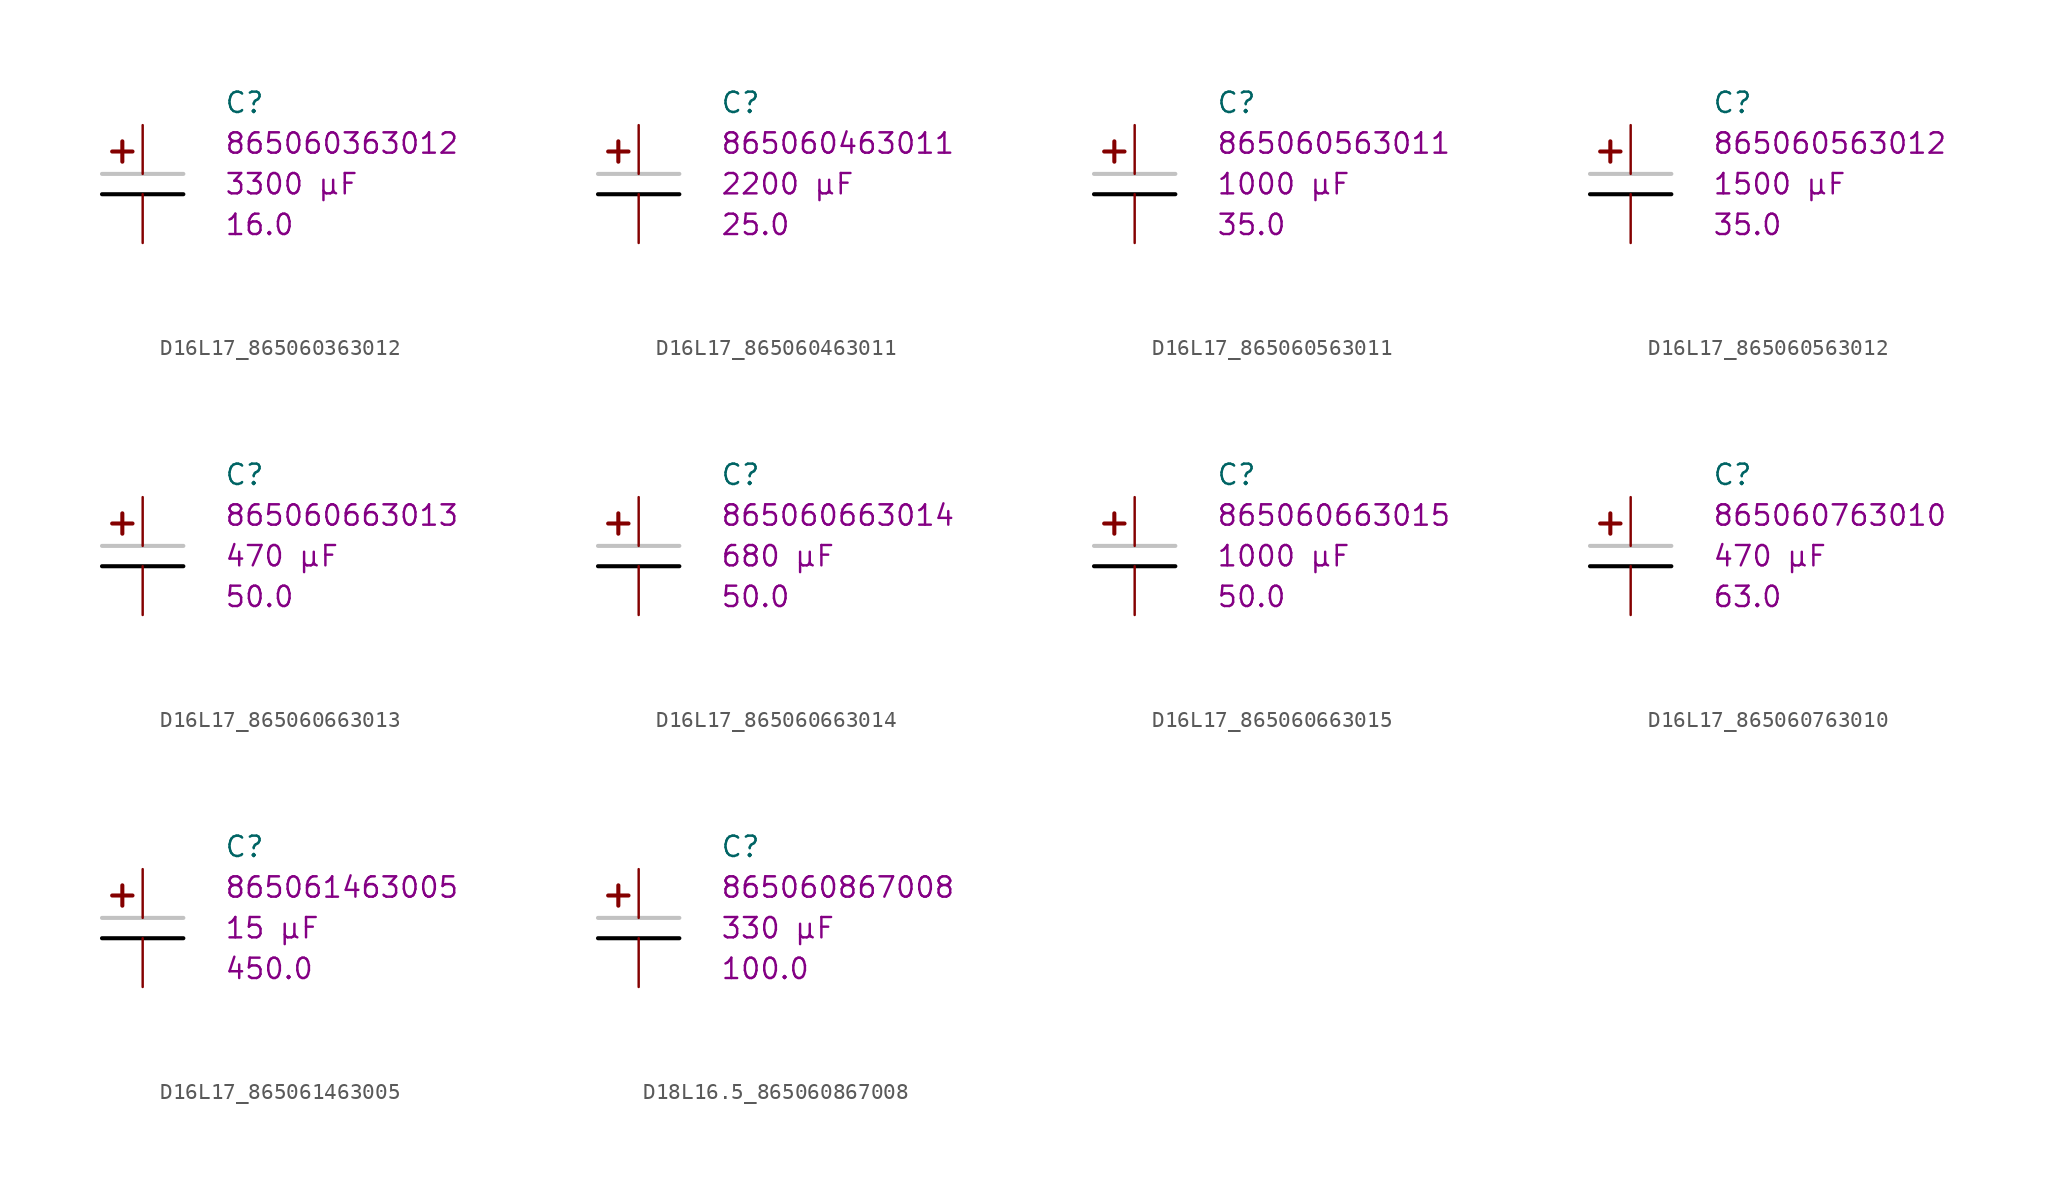
<source format=kicad_sym>
(kicad_symbol_lib
  (version 20220914)
  (generator kicad_symbol_editor)
  (symbol "D16L17_865060363012"
    (pin_numbers hide)
    (pin_names hide)
    (property "Reference" "C"
      (at 5.08 5.08 0)
      (effects (font (size 1.27 1.27)) (justify left)))
    (property "Part Number" "865060363012"
      (at 5.08 2.54 0)
      (effects (font (size 1.27 1.27)) (justify left)))
    (property "Capacitance" "3300 µF"
      (at 5.08 0 0)
      (effects (font (size 1.27 1.27)) (justify left)))
    (property "Voltage" "16.0"
      (at 5.08 -2.54 0)
      (effects (font (size 1.27 1.27)) (justify left)))
    (property "Critical Parameter" ""
      (at 0 -7.62 0)
      (effects (font (size 1.27 1.27))))
    (symbol "D16L17_865060363012_1_1"
      (polyline (pts (xy -1.27 2.667) (xy -1.27 1.397)) (stroke (width 0.254) (type default)) (fill (type none)))
      (polyline (pts (xy -0.635 2.032) (xy -1.905 2.032)) (stroke (width 0.254) (type default)) (fill (type none)))
      (polyline (pts (xy 2.54 -0.635) (xy -2.54 -0.635)) (stroke (width 0.254) (type default) (color 0 0 0 1)) (fill (type none)))
      (polyline (pts (xy 2.54 0.635) (xy -2.54 0.635)) (stroke (width 0.254) (type default) (color 194 194 194 1)) (fill (type none)))
      (pin passive line (at 0 3.679 270) (length 3.044) (name "1" (effects (font (size 1.27 1.27)))) (number "1" (effects (font (size 1.27 1.27)))))
      (pin passive line (at 0 -3.679 90) (length 3.044) (name "2" (effects (font (size 1.27 1.27)))) (number "2" (effects (font (size 1.27 1.27)))))))
  (symbol "D16L17_865060463011"
    (pin_numbers hide)
    (pin_names hide)
    (property "Reference" "C"
      (at 5.08 5.08 0)
      (effects (font (size 1.27 1.27)) (justify left)))
    (property "Part Number" "865060463011"
      (at 5.08 2.54 0)
      (effects (font (size 1.27 1.27)) (justify left)))
    (property "Capacitance" "2200 µF"
      (at 5.08 0 0)
      (effects (font (size 1.27 1.27)) (justify left)))
    (property "Voltage" "25.0"
      (at 5.08 -2.54 0)
      (effects (font (size 1.27 1.27)) (justify left)))
    (property "Critical Parameter" ""
      (at 0 -7.62 0)
      (effects (font (size 1.27 1.27))))
    (symbol "D16L17_865060463011_1_1"
      (polyline (pts (xy -1.27 2.667) (xy -1.27 1.397)) (stroke (width 0.254) (type default)) (fill (type none)))
      (polyline (pts (xy -0.635 2.032) (xy -1.905 2.032)) (stroke (width 0.254) (type default)) (fill (type none)))
      (polyline (pts (xy 2.54 -0.635) (xy -2.54 -0.635)) (stroke (width 0.254) (type default) (color 0 0 0 1)) (fill (type none)))
      (polyline (pts (xy 2.54 0.635) (xy -2.54 0.635)) (stroke (width 0.254) (type default) (color 194 194 194 1)) (fill (type none)))
      (pin passive line (at 0 3.679 270) (length 3.044) (name "1" (effects (font (size 1.27 1.27)))) (number "1" (effects (font (size 1.27 1.27)))))
      (pin passive line (at 0 -3.679 90) (length 3.044) (name "2" (effects (font (size 1.27 1.27)))) (number "2" (effects (font (size 1.27 1.27)))))))
  (symbol "D16L17_865060563011"
    (pin_numbers hide)
    (pin_names hide)
    (property "Reference" "C"
      (at 5.08 5.08 0)
      (effects (font (size 1.27 1.27)) (justify left)))
    (property "Part Number" "865060563011"
      (at 5.08 2.54 0)
      (effects (font (size 1.27 1.27)) (justify left)))
    (property "Capacitance" "1000 µF"
      (at 5.08 0 0)
      (effects (font (size 1.27 1.27)) (justify left)))
    (property "Voltage" "35.0"
      (at 5.08 -2.54 0)
      (effects (font (size 1.27 1.27)) (justify left)))
    (property "Critical Parameter" ""
      (at 0 -7.62 0)
      (effects (font (size 1.27 1.27))))
    (symbol "D16L17_865060563011_1_1"
      (polyline (pts (xy -1.27 2.667) (xy -1.27 1.397)) (stroke (width 0.254) (type default)) (fill (type none)))
      (polyline (pts (xy -0.635 2.032) (xy -1.905 2.032)) (stroke (width 0.254) (type default)) (fill (type none)))
      (polyline (pts (xy 2.54 -0.635) (xy -2.54 -0.635)) (stroke (width 0.254) (type default) (color 0 0 0 1)) (fill (type none)))
      (polyline (pts (xy 2.54 0.635) (xy -2.54 0.635)) (stroke (width 0.254) (type default) (color 194 194 194 1)) (fill (type none)))
      (pin passive line (at 0 3.679 270) (length 3.044) (name "1" (effects (font (size 1.27 1.27)))) (number "1" (effects (font (size 1.27 1.27)))))
      (pin passive line (at 0 -3.679 90) (length 3.044) (name "2" (effects (font (size 1.27 1.27)))) (number "2" (effects (font (size 1.27 1.27)))))))
  (symbol "D16L17_865060563012"
    (pin_numbers hide)
    (pin_names hide)
    (property "Reference" "C"
      (at 5.08 5.08 0)
      (effects (font (size 1.27 1.27)) (justify left)))
    (property "Part Number" "865060563012"
      (at 5.08 2.54 0)
      (effects (font (size 1.27 1.27)) (justify left)))
    (property "Capacitance" "1500 µF"
      (at 5.08 0 0)
      (effects (font (size 1.27 1.27)) (justify left)))
    (property "Voltage" "35.0"
      (at 5.08 -2.54 0)
      (effects (font (size 1.27 1.27)) (justify left)))
    (property "Critical Parameter" ""
      (at 0 -7.62 0)
      (effects (font (size 1.27 1.27))))
    (symbol "D16L17_865060563012_1_1"
      (polyline (pts (xy -1.27 2.667) (xy -1.27 1.397)) (stroke (width 0.254) (type default)) (fill (type none)))
      (polyline (pts (xy -0.635 2.032) (xy -1.905 2.032)) (stroke (width 0.254) (type default)) (fill (type none)))
      (polyline (pts (xy 2.54 -0.635) (xy -2.54 -0.635)) (stroke (width 0.254) (type default) (color 0 0 0 1)) (fill (type none)))
      (polyline (pts (xy 2.54 0.635) (xy -2.54 0.635)) (stroke (width 0.254) (type default) (color 194 194 194 1)) (fill (type none)))
      (pin passive line (at 0 3.679 270) (length 3.044) (name "1" (effects (font (size 1.27 1.27)))) (number "1" (effects (font (size 1.27 1.27)))))
      (pin passive line (at 0 -3.679 90) (length 3.044) (name "2" (effects (font (size 1.27 1.27)))) (number "2" (effects (font (size 1.27 1.27)))))))
  (symbol "D16L17_865060663013"
    (pin_numbers hide)
    (pin_names hide)
    (property "Reference" "C"
      (at 5.08 5.08 0)
      (effects (font (size 1.27 1.27)) (justify left)))
    (property "Part Number" "865060663013"
      (at 5.08 2.54 0)
      (effects (font (size 1.27 1.27)) (justify left)))
    (property "Capacitance" "470 µF"
      (at 5.08 0 0)
      (effects (font (size 1.27 1.27)) (justify left)))
    (property "Voltage" "50.0"
      (at 5.08 -2.54 0)
      (effects (font (size 1.27 1.27)) (justify left)))
    (property "Critical Parameter" ""
      (at 0 -7.62 0)
      (effects (font (size 1.27 1.27))))
    (symbol "D16L17_865060663013_1_1"
      (polyline (pts (xy -1.27 2.667) (xy -1.27 1.397)) (stroke (width 0.254) (type default)) (fill (type none)))
      (polyline (pts (xy -0.635 2.032) (xy -1.905 2.032)) (stroke (width 0.254) (type default)) (fill (type none)))
      (polyline (pts (xy 2.54 -0.635) (xy -2.54 -0.635)) (stroke (width 0.254) (type default) (color 0 0 0 1)) (fill (type none)))
      (polyline (pts (xy 2.54 0.635) (xy -2.54 0.635)) (stroke (width 0.254) (type default) (color 194 194 194 1)) (fill (type none)))
      (pin passive line (at 0 3.679 270) (length 3.044) (name "1" (effects (font (size 1.27 1.27)))) (number "1" (effects (font (size 1.27 1.27)))))
      (pin passive line (at 0 -3.679 90) (length 3.044) (name "2" (effects (font (size 1.27 1.27)))) (number "2" (effects (font (size 1.27 1.27)))))))
  (symbol "D16L17_865060663014"
    (pin_numbers hide)
    (pin_names hide)
    (property "Reference" "C"
      (at 5.08 5.08 0)
      (effects (font (size 1.27 1.27)) (justify left)))
    (property "Part Number" "865060663014"
      (at 5.08 2.54 0)
      (effects (font (size 1.27 1.27)) (justify left)))
    (property "Capacitance" "680 µF"
      (at 5.08 0 0)
      (effects (font (size 1.27 1.27)) (justify left)))
    (property "Voltage" "50.0"
      (at 5.08 -2.54 0)
      (effects (font (size 1.27 1.27)) (justify left)))
    (property "Critical Parameter" ""
      (at 0 -7.62 0)
      (effects (font (size 1.27 1.27))))
    (symbol "D16L17_865060663014_1_1"
      (polyline (pts (xy -1.27 2.667) (xy -1.27 1.397)) (stroke (width 0.254) (type default)) (fill (type none)))
      (polyline (pts (xy -0.635 2.032) (xy -1.905 2.032)) (stroke (width 0.254) (type default)) (fill (type none)))
      (polyline (pts (xy 2.54 -0.635) (xy -2.54 -0.635)) (stroke (width 0.254) (type default) (color 0 0 0 1)) (fill (type none)))
      (polyline (pts (xy 2.54 0.635) (xy -2.54 0.635)) (stroke (width 0.254) (type default) (color 194 194 194 1)) (fill (type none)))
      (pin passive line (at 0 3.679 270) (length 3.044) (name "1" (effects (font (size 1.27 1.27)))) (number "1" (effects (font (size 1.27 1.27)))))
      (pin passive line (at 0 -3.679 90) (length 3.044) (name "2" (effects (font (size 1.27 1.27)))) (number "2" (effects (font (size 1.27 1.27)))))))
  (symbol "D16L17_865060663015"
    (pin_numbers hide)
    (pin_names hide)
    (property "Reference" "C"
      (at 5.08 5.08 0)
      (effects (font (size 1.27 1.27)) (justify left)))
    (property "Part Number" "865060663015"
      (at 5.08 2.54 0)
      (effects (font (size 1.27 1.27)) (justify left)))
    (property "Capacitance" "1000 µF"
      (at 5.08 0 0)
      (effects (font (size 1.27 1.27)) (justify left)))
    (property "Voltage" "50.0"
      (at 5.08 -2.54 0)
      (effects (font (size 1.27 1.27)) (justify left)))
    (property "Critical Parameter" ""
      (at 0 -7.62 0)
      (effects (font (size 1.27 1.27))))
    (symbol "D16L17_865060663015_1_1"
      (polyline (pts (xy -1.27 2.667) (xy -1.27 1.397)) (stroke (width 0.254) (type default)) (fill (type none)))
      (polyline (pts (xy -0.635 2.032) (xy -1.905 2.032)) (stroke (width 0.254) (type default)) (fill (type none)))
      (polyline (pts (xy 2.54 -0.635) (xy -2.54 -0.635)) (stroke (width 0.254) (type default) (color 0 0 0 1)) (fill (type none)))
      (polyline (pts (xy 2.54 0.635) (xy -2.54 0.635)) (stroke (width 0.254) (type default) (color 194 194 194 1)) (fill (type none)))
      (pin passive line (at 0 3.679 270) (length 3.044) (name "1" (effects (font (size 1.27 1.27)))) (number "1" (effects (font (size 1.27 1.27)))))
      (pin passive line (at 0 -3.679 90) (length 3.044) (name "2" (effects (font (size 1.27 1.27)))) (number "2" (effects (font (size 1.27 1.27)))))))
  (symbol "D16L17_865060763010"
    (pin_numbers hide)
    (pin_names hide)
    (property "Reference" "C"
      (at 5.08 5.08 0)
      (effects (font (size 1.27 1.27)) (justify left)))
    (property "Part Number" "865060763010"
      (at 5.08 2.54 0)
      (effects (font (size 1.27 1.27)) (justify left)))
    (property "Capacitance" "470 µF"
      (at 5.08 0 0)
      (effects (font (size 1.27 1.27)) (justify left)))
    (property "Voltage" "63.0"
      (at 5.08 -2.54 0)
      (effects (font (size 1.27 1.27)) (justify left)))
    (property "Critical Parameter" ""
      (at 0 -7.62 0)
      (effects (font (size 1.27 1.27))))
    (symbol "D16L17_865060763010_1_1"
      (polyline (pts (xy -1.27 2.667) (xy -1.27 1.397)) (stroke (width 0.254) (type default)) (fill (type none)))
      (polyline (pts (xy -0.635 2.032) (xy -1.905 2.032)) (stroke (width 0.254) (type default)) (fill (type none)))
      (polyline (pts (xy 2.54 -0.635) (xy -2.54 -0.635)) (stroke (width 0.254) (type default) (color 0 0 0 1)) (fill (type none)))
      (polyline (pts (xy 2.54 0.635) (xy -2.54 0.635)) (stroke (width 0.254) (type default) (color 194 194 194 1)) (fill (type none)))
      (pin passive line (at 0 3.679 270) (length 3.044) (name "1" (effects (font (size 1.27 1.27)))) (number "1" (effects (font (size 1.27 1.27)))))
      (pin passive line (at 0 -3.679 90) (length 3.044) (name "2" (effects (font (size 1.27 1.27)))) (number "2" (effects (font (size 1.27 1.27)))))))
  (symbol "D16L17_865061463005"
    (pin_numbers hide)
    (pin_names hide)
    (property "Reference" "C"
      (at 5.08 5.08 0)
      (effects (font (size 1.27 1.27)) (justify left)))
    (property "Part Number" "865061463005"
      (at 5.08 2.54 0)
      (effects (font (size 1.27 1.27)) (justify left)))
    (property "Capacitance" "15 µF"
      (at 5.08 0 0)
      (effects (font (size 1.27 1.27)) (justify left)))
    (property "Voltage" "450.0"
      (at 5.08 -2.54 0)
      (effects (font (size 1.27 1.27)) (justify left)))
    (property "Critical Parameter" ""
      (at 0 -7.62 0)
      (effects (font (size 1.27 1.27))))
    (symbol "D16L17_865061463005_1_1"
      (polyline (pts (xy -1.27 2.667) (xy -1.27 1.397)) (stroke (width 0.254) (type default)) (fill (type none)))
      (polyline (pts (xy -0.635 2.032) (xy -1.905 2.032)) (stroke (width 0.254) (type default)) (fill (type none)))
      (polyline (pts (xy 2.54 -0.635) (xy -2.54 -0.635)) (stroke (width 0.254) (type default) (color 0 0 0 1)) (fill (type none)))
      (polyline (pts (xy 2.54 0.635) (xy -2.54 0.635)) (stroke (width 0.254) (type default) (color 194 194 194 1)) (fill (type none)))
      (pin passive line (at 0 3.679 270) (length 3.044) (name "1" (effects (font (size 1.27 1.27)))) (number "1" (effects (font (size 1.27 1.27)))))
      (pin passive line (at 0 -3.679 90) (length 3.044) (name "2" (effects (font (size 1.27 1.27)))) (number "2" (effects (font (size 1.27 1.27)))))))
  (symbol "D18L16.5_865060867008"
    (pin_numbers hide)
    (pin_names hide)
    (property "Reference" "C"
      (at 5.08 5.08 0)
      (effects (font (size 1.27 1.27)) (justify left)))
    (property "Part Number" "865060867008"
      (at 5.08 2.54 0)
      (effects (font (size 1.27 1.27)) (justify left)))
    (property "Capacitance" "330 µF"
      (at 5.08 0 0)
      (effects (font (size 1.27 1.27)) (justify left)))
    (property "Voltage" "100.0"
      (at 5.08 -2.54 0)
      (effects (font (size 1.27 1.27)) (justify left)))
    (property "Critical Parameter" ""
      (at 0 -7.62 0)
      (effects (font (size 1.27 1.27))))
    (symbol "D18L16.5_865060867008_1_1"
      (polyline (pts (xy -1.27 2.667) (xy -1.27 1.397)) (stroke (width 0.254) (type default)) (fill (type none)))
      (polyline (pts (xy -0.635 2.032) (xy -1.905 2.032)) (stroke (width 0.254) (type default)) (fill (type none)))
      (polyline (pts (xy 2.54 -0.635) (xy -2.54 -0.635)) (stroke (width 0.254) (type default) (color 0 0 0 1)) (fill (type none)))
      (polyline (pts (xy 2.54 0.635) (xy -2.54 0.635)) (stroke (width 0.254) (type default) (color 194 194 194 1)) (fill (type none)))
      (pin passive line (at 0 3.679 270) (length 3.044) (name "1" (effects (font (size 1.27 1.27)))) (number "1" (effects (font (size 1.27 1.27)))))
      (pin passive line (at 0 -3.679 90) (length 3.044) (name "2" (effects (font (size 1.27 1.27)))) (number "2" (effects (font (size 1.27 1.27))))))))
</source>
